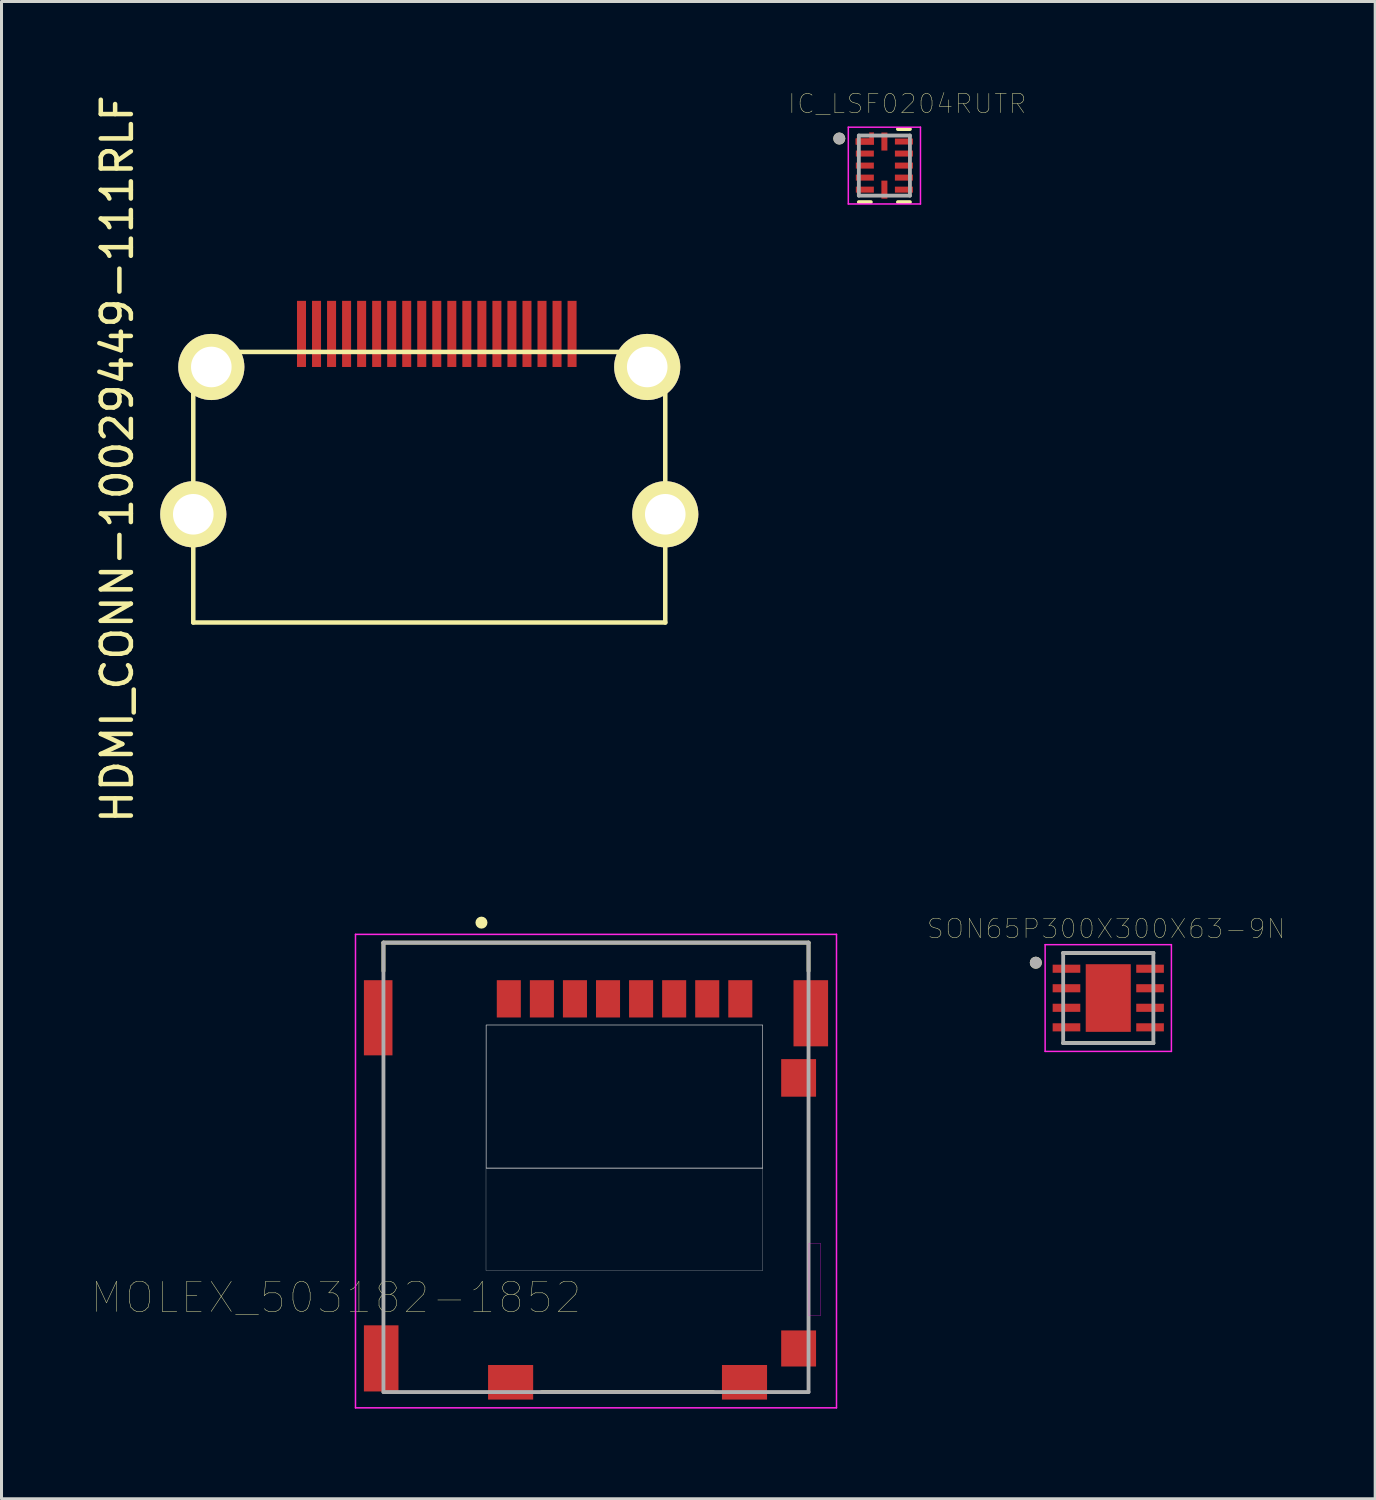
<source format=kicad_pcb>
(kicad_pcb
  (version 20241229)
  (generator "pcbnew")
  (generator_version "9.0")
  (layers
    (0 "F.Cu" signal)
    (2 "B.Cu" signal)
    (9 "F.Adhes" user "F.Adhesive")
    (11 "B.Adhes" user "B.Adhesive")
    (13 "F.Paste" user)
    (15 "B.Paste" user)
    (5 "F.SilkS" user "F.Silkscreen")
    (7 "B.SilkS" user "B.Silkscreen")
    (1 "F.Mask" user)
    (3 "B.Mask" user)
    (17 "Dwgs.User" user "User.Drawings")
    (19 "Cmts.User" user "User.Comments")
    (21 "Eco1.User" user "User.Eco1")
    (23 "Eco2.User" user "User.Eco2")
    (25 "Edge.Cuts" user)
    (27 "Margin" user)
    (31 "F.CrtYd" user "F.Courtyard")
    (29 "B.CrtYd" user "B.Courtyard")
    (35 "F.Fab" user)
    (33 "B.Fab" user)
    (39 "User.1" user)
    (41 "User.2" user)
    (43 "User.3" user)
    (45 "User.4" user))
  (footprint "MOLEX_503182-1852"
    (layer "F.Cu")
    (at 16.775 36.53)
    (property "Reference" "MOLEX_503182-1852" (at -8.649 3.581 180) (layer "F.SilkS") (effects (font (size 1.002 1.002) (thickness 0.015))))
    (attr through_hole)
    (fp_line (start -7.07 -8.225) (end 7.07 -8.225) (stroke (width 0.127) (type solid)) (layer "F.SilkS"))
    (fp_line (start -7.07 -7.28) (end -7.07 -8.225) (stroke (width 0.127) (type solid)) (layer "F.SilkS"))
    (fp_line (start -1.8 6.725) (end 3.9 6.725) (stroke (width 0.127) (type solid)) (layer "F.SilkS"))
    (fp_line (start 7.07 -8.225) (end 7.07 -7.28) (stroke (width 0.127) (type solid)) (layer "F.SilkS"))
    (fp_circle (center -3.81 -8.89) (end -3.71 -8.89) (stroke (width 0.2) (type solid)) (fill no) (layer "F.SilkS"))
    (fp_poly (pts (xy -3.659 -0.725) (xy 5.55 -0.725) (xy 5.55 2.682) (xy -3.659 2.682)) (stroke (width 0.01) (type solid)) (fill no) (layer "Dwgs.User"))
    (fp_poly (pts (xy -3.658 -5.485) (xy 5.55 -5.485) (xy 5.55 -0.727) (xy -3.658 -0.727)) (stroke (width 0.01) (type solid)) (fill no) (layer "Dwgs.User"))
    (fp_poly (pts (xy -3.656 -5.485) (xy 5.55 -5.485) (xy 5.55 -0.726) (xy -3.656 -0.726)) (stroke (width 0.01) (type solid)) (fill no) (layer "Dwgs.User"))
    (fp_poly (pts (xy -3.655 -5.485) (xy 5.55 -5.485) (xy 5.55 -0.726) (xy -3.655 -0.726)) (stroke (width 0.01) (type solid)) (fill no) (layer "Dwgs.User"))
    (fp_line (start -8 -8.5) (end -8 7.25) (stroke (width 0.05) (type solid)) (layer "F.CrtYd"))
    (fp_line (start -8 7.25) (end 8 7.25) (stroke (width 0.05) (type solid)) (layer "F.CrtYd"))
    (fp_line (start 8 -8.5) (end -8 -8.5) (stroke (width 0.05) (type solid)) (layer "F.CrtYd"))
    (fp_line (start 8 7.25) (end 8 -8.5) (stroke (width 0.05) (type solid)) (layer "F.CrtYd"))
    (fp_poly (pts (xy 7.085 1.775) (xy 7.47 1.775) (xy 7.47 4.184) (xy 7.085 4.184)) (stroke (width 0.01) (type solid)) (fill no) (layer "F.CrtYd"))
    (fp_line (start -7.07 -8.225) (end 7.07 -8.225) (stroke (width 0.127) (type solid)) (layer "F.Fab"))
    (fp_line (start -7.07 6.725) (end -7.07 -8.225) (stroke (width 0.127) (type solid)) (layer "F.Fab"))
    (fp_line (start 7.07 -8.225) (end 7.07 6.725) (stroke (width 0.127) (type solid)) (layer "F.Fab"))
    (fp_line (start 7.07 6.725) (end -7.07 6.725) (stroke (width 0.127) (type solid)) (layer "F.Fab"))
    (pad "1" smd rect (at -2.9 -6.355) (size 0.8 1.24) (layers "F.Cu" "F.Mask" "F.Paste"))
    (pad "2" smd rect (at -1.8 -6.355) (size 0.8 1.24) (layers "F.Cu" "F.Mask" "F.Paste"))
    (pad "3" smd rect (at -0.7 -6.355) (size 0.8 1.24) (layers "F.Cu" "F.Mask" "F.Paste"))
    (pad "4" smd rect (at 0.4 -6.355) (size 0.8 1.24) (layers "F.Cu" "F.Mask" "F.Paste"))
    (pad "5" smd rect (at 1.5 -6.355) (size 0.8 1.24) (layers "F.Cu" "F.Mask" "F.Paste"))
    (pad "6" smd rect (at 2.6 -6.355) (size 0.8 1.24) (layers "F.Cu" "F.Mask" "F.Paste"))
    (pad "7" smd rect (at 3.7 -6.355) (size 0.8 1.24) (layers "F.Cu" "F.Mask" "F.Paste"))
    (pad "8" smd rect (at 4.8 -6.355) (size 0.8 1.24) (layers "F.Cu" "F.Mask" "F.Paste"))
    (pad "DT" smd rect (at 6.74 5.275) (size 1.16 1.2) (layers "F.Cu" "F.Mask" "F.Paste"))
    (pad "P1" smd rect (at -7.245 -5.725) (size 0.95 2.5) (layers "F.Cu" "F.Mask" "F.Paste"))
    (pad "P2" smd rect (at 7.145 -5.875) (size 1.15 2.2) (layers "F.Cu" "F.Mask" "F.Paste"))
    (pad "P3" smd rect (at -7.145 5.605) (size 1.15 2.2) (layers "F.Cu" "F.Mask" "F.Paste"))
    (pad "P4" smd rect (at -2.84 6.4) (size 1.5 1.15) (layers "F.Cu" "F.Mask" "F.Paste"))
    (pad "P5" smd rect (at 4.94 6.4) (size 1.5 1.15) (layers "F.Cu" "F.Mask" "F.Paste"))
    (pad "SW" smd rect (at 6.74 -3.725) (size 1.16 1.25) (layers "F.Cu" "F.Mask" "F.Paste")))
  (footprint "SON65P300X300X63-9N"
    (layer "F.Cu")
    (at 33.815 30.148)
    (property "Reference" "SON65P300X300X63-9N" (at -0.068 -2.306 0) (layer "F.SilkS") (effects (font (size 0.64 0.64) (thickness 0.015))))
    (attr through_hole)
    (fp_line (start -1.5 -1.5) (end 1.5 -1.5) (stroke (width 0.127) (type solid)) (layer "F.SilkS"))
    (fp_line (start -1.5 1.5) (end 1.5 1.5) (stroke (width 0.127) (type solid)) (layer "F.SilkS"))
    (fp_circle (center -2.41 -1.175) (end -2.31 -1.175) (stroke (width 0.2) (type solid)) (fill no) (layer "F.SilkS"))
    (fp_poly (pts (xy -0.47 -0.71) (xy 0.47 -0.71) (xy 0.47 0.71) (xy -0.47 0.71)) (stroke (width 0.01) (type solid)) (fill yes) (layer "F.Paste"))
    (fp_line (start -2.1 -1.775) (end -2.1 1.775) (stroke (width 0.05) (type solid)) (layer "F.CrtYd"))
    (fp_line (start -2.1 -1.775) (end 2.1 -1.775) (stroke (width 0.05) (type solid)) (layer "F.CrtYd"))
    (fp_line (start -2.1 1.775) (end 2.1 1.775) (stroke (width 0.05) (type solid)) (layer "F.CrtYd"))
    (fp_line (start 2.1 -1.775) (end 2.1 1.775) (stroke (width 0.05) (type solid)) (layer "F.CrtYd"))
    (fp_line (start -1.5 -1.5) (end -1.5 1.5) (stroke (width 0.127) (type solid)) (layer "F.Fab"))
    (fp_line (start -1.5 -1.5) (end 1.5 -1.5) (stroke (width 0.127) (type solid)) (layer "F.Fab"))
    (fp_line (start -1.5 1.5) (end 1.5 1.5) (stroke (width 0.127) (type solid)) (layer "F.Fab"))
    (fp_line (start 1.5 -1.5) (end 1.5 1.5) (stroke (width 0.127) (type solid)) (layer "F.Fab"))
    (fp_circle (center -2.41 -1.175) (end -2.31 -1.175) (stroke (width 0.2) (type solid)) (fill no) (layer "F.Fab"))
    (pad "1" smd rect (at -1.39 -0.975) (size 0.92 0.27) (layers "F.Cu" "F.Mask" "F.Paste"))
    (pad "2" smd rect (at -1.39 -0.325) (size 0.92 0.27) (layers "F.Cu" "F.Mask" "F.Paste"))
    (pad "3" smd rect (at -1.39 0.325) (size 0.92 0.27) (layers "F.Cu" "F.Mask" "F.Paste"))
    (pad "4" smd rect (at -1.39 0.975) (size 0.92 0.27) (layers "F.Cu" "F.Mask" "F.Paste"))
    (pad "5" smd rect (at 1.39 0.975) (size 0.92 0.27) (layers "F.Cu" "F.Mask" "F.Paste"))
    (pad "6" smd rect (at 1.39 0.325) (size 0.92 0.27) (layers "F.Cu" "F.Mask" "F.Paste"))
    (pad "7" smd rect (at 1.39 -0.325) (size 0.92 0.27) (layers "F.Cu" "F.Mask" "F.Paste"))
    (pad "8" smd rect (at 1.39 -0.975) (size 0.92 0.27) (layers "F.Cu" "F.Mask" "F.Paste"))
    (pad "E" smd rect (at 0 0) (size 1.5 2.25) (layers "F.Cu" "F.Mask")))
  (footprint "IC_LSF0204RUTR"
    (layer "F.Cu")
    (at 26.368 2.458)
    (property "Reference" "IC_LSF0204RUTR" (at 0.762 -2.057 0) (layer "F.SilkS") (effects (font (size 0.64 0.64) (thickness 0.015))))
    (attr through_hole)
    (fp_poly (pts (xy -0.95 -0.9) (xy -0.5 -0.9) (xy -0.5 -1.1) (xy -0.35 -1.1) (xy -0.35 -0.7) (xy -0.95 -0.7)) (stroke (width 0.01) (type solid)) (fill yes) (layer "F.Cu"))
    (fp_poly (pts (xy -1 -0.55) (xy -0.3 -0.55) (xy -0.3 -0.25) (xy -1 -0.25)) (stroke (width 0.01) (type solid)) (fill yes) (layer "F.Mask"))
    (fp_poly (pts (xy -1 -0.15) (xy -0.3 -0.15) (xy -0.3 0.15) (xy -1 0.15)) (stroke (width 0.01) (type solid)) (fill yes) (layer "F.Mask"))
    (fp_poly (pts (xy -1 0.25) (xy -0.3 0.25) (xy -0.3 0.55) (xy -1 0.55)) (stroke (width 0.01) (type solid)) (fill yes) (layer "F.Mask"))
    (fp_poly (pts (xy -1 0.65) (xy -0.3 0.65) (xy -0.3 0.95) (xy -1 0.95)) (stroke (width 0.01) (type solid)) (fill yes) (layer "F.Mask"))
    (fp_poly (pts (xy -0.15 -1.15) (xy 0.15 -1.15) (xy 0.15 -0.45) (xy -0.15 -0.45)) (stroke (width 0.01) (type solid)) (fill yes) (layer "F.Mask"))
    (fp_poly (pts (xy -0.15 0.45) (xy 0.15 0.45) (xy 0.15 1.15) (xy -0.15 1.15)) (stroke (width 0.01) (type solid)) (fill yes) (layer "F.Mask"))
    (fp_poly (pts (xy 0.3 -0.95) (xy 1 -0.95) (xy 1 -0.65) (xy 0.3 -0.65)) (stroke (width 0.01) (type solid)) (fill yes) (layer "F.Mask"))
    (fp_poly (pts (xy 0.3 -0.55) (xy 1 -0.55) (xy 1 -0.25) (xy 0.3 -0.25)) (stroke (width 0.01) (type solid)) (fill yes) (layer "F.Mask"))
    (fp_poly (pts (xy 0.3 -0.15) (xy 1 -0.15) (xy 1 0.15) (xy 0.3 0.15)) (stroke (width 0.01) (type solid)) (fill yes) (layer "F.Mask"))
    (fp_poly (pts (xy 0.3 0.25) (xy 1 0.25) (xy 1 0.55) (xy 0.3 0.55)) (stroke (width 0.01) (type solid)) (fill yes) (layer "F.Mask"))
    (fp_poly (pts (xy 0.3 0.65) (xy 1 0.65) (xy 1 0.95) (xy 0.3 0.95)) (stroke (width 0.01) (type solid)) (fill yes) (layer "F.Mask"))
    (fp_poly (pts (xy -1 -0.95) (xy -0.55 -0.95) (xy -0.55 -1.15) (xy -0.3 -1.15) (xy -0.3 -0.65) (xy -1 -0.65)) (stroke (width 0.01) (type solid)) (fill yes) (layer "F.Mask"))
    (fp_line (start -0.45 1.214) (end -0.85 1.214) (stroke (width 0.127) (type solid)) (layer "F.SilkS"))
    (fp_line (start 0.45 -1.214) (end 0.85 -1.214) (stroke (width 0.127) (type solid)) (layer "F.SilkS"))
    (fp_line (start 0.45 1.214) (end 0.85 1.214) (stroke (width 0.127) (type solid)) (layer "F.SilkS"))
    (fp_circle (center -1.5 -0.9) (end -1.4 -0.9) (stroke (width 0.2) (type solid)) (fill no) (layer "F.SilkS"))
    (fp_poly (pts (xy -0.85 -0.5) (xy -0.35 -0.5) (xy -0.35 -0.3) (xy -0.85 -0.3)) (stroke (width 0.01) (type solid)) (fill yes) (layer "F.Paste"))
    (fp_poly (pts (xy -0.85 -0.1) (xy -0.35 -0.1) (xy -0.35 0.1) (xy -0.85 0.1)) (stroke (width 0.01) (type solid)) (fill yes) (layer "F.Paste"))
    (fp_poly (pts (xy -0.85 0.3) (xy -0.35 0.3) (xy -0.35 0.5) (xy -0.85 0.5)) (stroke (width 0.01) (type solid)) (fill yes) (layer "F.Paste"))
    (fp_poly (pts (xy -0.85 0.7) (xy -0.35 0.7) (xy -0.35 0.9) (xy -0.85 0.9)) (stroke (width 0.01) (type solid)) (fill yes) (layer "F.Paste"))
    (fp_poly (pts (xy -0.1 -1) (xy 0.1 -1) (xy 0.1 -0.5) (xy -0.1 -0.5)) (stroke (width 0.01) (type solid)) (fill yes) (layer "F.Paste"))
    (fp_poly (pts (xy -0.1 0.5) (xy 0.1 0.5) (xy 0.1 1) (xy -0.1 1)) (stroke (width 0.01) (type solid)) (fill yes) (layer "F.Paste"))
    (fp_poly (pts (xy 0.35 -0.9) (xy 0.85 -0.9) (xy 0.85 -0.7) (xy 0.35 -0.7)) (stroke (width 0.01) (type solid)) (fill yes) (layer "F.Paste"))
    (fp_poly (pts (xy 0.35 -0.5) (xy 0.85 -0.5) (xy 0.85 -0.3) (xy 0.35 -0.3)) (stroke (width 0.01) (type solid)) (fill yes) (layer "F.Paste"))
    (fp_poly (pts (xy 0.35 -0.1) (xy 0.85 -0.1) (xy 0.85 0.1) (xy 0.35 0.1)) (stroke (width 0.01) (type solid)) (fill yes) (layer "F.Paste"))
    (fp_poly (pts (xy 0.35 0.3) (xy 0.85 0.3) (xy 0.85 0.5) (xy 0.35 0.5)) (stroke (width 0.01) (type solid)) (fill yes) (layer "F.Paste"))
    (fp_poly (pts (xy 0.35 0.7) (xy 0.85 0.7) (xy 0.85 0.9) (xy 0.35 0.9)) (stroke (width 0.01) (type solid)) (fill yes) (layer "F.Paste"))
    (fp_poly (pts (xy -0.85 -0.9) (xy -0.5 -0.9) (xy -0.5 -1) (xy -0.35 -1) (xy -0.35 -0.7) (xy -0.85 -0.7)) (stroke (width 0.01) (type solid)) (fill yes) (layer "F.Paste"))
    (fp_line (start -1.2 -1.277) (end 1.2 -1.277) (stroke (width 0.05) (type solid)) (layer "F.CrtYd"))
    (fp_line (start -1.2 1.277) (end -1.2 -1.277) (stroke (width 0.05) (type solid)) (layer "F.CrtYd"))
    (fp_line (start 1.2 -1.277) (end 1.2 1.277) (stroke (width 0.05) (type solid)) (layer "F.CrtYd"))
    (fp_line (start 1.2 1.277) (end -1.2 1.277) (stroke (width 0.05) (type solid)) (layer "F.CrtYd"))
    (fp_line (start -0.85 -1) (end 0.85 -1) (stroke (width 0.127) (type solid)) (layer "F.Fab"))
    (fp_line (start -0.85 1) (end -0.85 -1) (stroke (width 0.127) (type solid)) (layer "F.Fab"))
    (fp_line (start 0.85 -1) (end 0.85 1) (stroke (width 0.127) (type solid)) (layer "F.Fab"))
    (fp_line (start 0.85 1) (end -0.85 1) (stroke (width 0.127) (type solid)) (layer "F.Fab"))
    (fp_circle (center -1.5 -0.9) (end -1.4 -0.9) (stroke (width 0.2) (type solid)) (fill no) (layer "F.Fab"))
    (pad "1" smd rect (at -0.65 -0.8) (size 0.6 0.2) (layers "F.Cu"))
    (pad "2" smd rect (at -0.65 -0.4) (size 0.6 0.2) (layers "F.Cu"))
    (pad "3" smd rect (at -0.65 0) (size 0.6 0.2) (layers "F.Cu"))
    (pad "4" smd rect (at -0.65 0.4) (size 0.6 0.2) (layers "F.Cu"))
    (pad "5" smd rect (at -0.65 0.8) (size 0.6 0.2) (layers "F.Cu"))
    (pad "6" smd rect (at 0 0.8) (size 0.2 0.6) (layers "F.Cu"))
    (pad "7" smd rect (at 0.65 0.8) (size 0.6 0.2) (layers "F.Cu"))
    (pad "8" smd rect (at 0.65 0.4) (size 0.6 0.2) (layers "F.Cu"))
    (pad "9" smd rect (at 0.65 0) (size 0.6 0.2) (layers "F.Cu"))
    (pad "10" smd rect (at 0.65 -0.4) (size 0.6 0.2) (layers "F.Cu"))
    (pad "11" smd rect (at 0.65 -0.8) (size 0.6 0.2) (layers "F.Cu"))
    (pad "12" smd rect (at 0 -0.8) (size 0.2 0.6) (layers "F.Cu")))
  (footprint "HDMI_CONN-10029449-111RLF"
    (layer "F.Cu")
    (at 11.229 9.157)
    (property "Reference" "HDMI_CONN-10029449-111RLF" (at -10.381 3.063 90) (layer "F.SilkS") (effects (font (size 1 1) (thickness 0.15))))
    (attr through_hole)
    (fp_line (start -7.85 -0.5) (end 7.85 -0.5) (stroke (width 0.15) (type solid)) (layer "F.SilkS"))
    (fp_line (start -7.85 8.5) (end -7.85 0.5) (stroke (width 0.15) (type solid)) (layer "F.SilkS"))
    (fp_line (start 7.85 0.5) (end 7.85 8.5) (stroke (width 0.15) (type solid)) (layer "F.SilkS"))
    (fp_line (start 7.85 8.5) (end -7.85 8.5) (stroke (width 0.15) (type solid)) (layer "F.SilkS"))
    (pad "1" smd rect (at 4.75 -1.1) (size 0.3 2.2) (layers "F.Cu" "F.Mask" "F.Paste"))
    (pad "2" smd rect (at 4.25 -1.1) (size 0.3 2.2) (layers "F.Cu" "F.Mask" "F.Paste"))
    (pad "3" smd rect (at 3.75 -1.1) (size 0.3 2.2) (layers "F.Cu" "F.Mask" "F.Paste"))
    (pad "4" smd rect (at 3.25 -1.1) (size 0.3 2.2) (layers "F.Cu" "F.Mask" "F.Paste"))
    (pad "5" smd rect (at 2.75 -1.1) (size 0.3 2.2) (layers "F.Cu" "F.Mask" "F.Paste"))
    (pad "6" smd rect (at 2.25 -1.1) (size 0.3 2.2) (layers "F.Cu" "F.Mask" "F.Paste"))
    (pad "7" smd rect (at 1.75 -1.1) (size 0.3 2.2) (layers "F.Cu" "F.Mask" "F.Paste"))
    (pad "8" smd rect (at 1.25 -1.1) (size 0.3 2.2) (layers "F.Cu" "F.Mask" "F.Paste"))
    (pad "9" smd rect (at 0.75 -1.1) (size 0.3 2.2) (layers "F.Cu" "F.Mask" "F.Paste"))
    (pad "10" smd rect (at 0.25 -1.1) (size 0.3 2.2) (layers "F.Cu" "F.Mask" "F.Paste"))
    (pad "11" smd rect (at -0.25 -1.1) (size 0.3 2.2) (layers "F.Cu" "F.Mask" "F.Paste"))
    (pad "12" smd rect (at -0.75 -1.1) (size 0.3 2.2) (layers "F.Cu" "F.Mask" "F.Paste"))
    (pad "13" smd rect (at -1.25 -1.1) (size 0.3 2.2) (layers "F.Cu" "F.Mask" "F.Paste"))
    (pad "14" smd rect (at -1.75 -1.1) (size 0.3 2.2) (layers "F.Cu" "F.Mask" "F.Paste"))
    (pad "15" smd rect (at -2.25 -1.1) (size 0.3 2.2) (layers "F.Cu" "F.Mask" "F.Paste"))
    (pad "16" smd rect (at -2.75 -1.1) (size 0.3 2.2) (layers "F.Cu" "F.Mask" "F.Paste"))
    (pad "17" smd rect (at -3.25 -1.1) (size 0.3 2.2) (layers "F.Cu" "F.Mask" "F.Paste"))
    (pad "18" smd rect (at -3.75 -1.1) (size 0.3 2.2) (layers "F.Cu" "F.Mask" "F.Paste"))
    (pad "19" smd rect (at -4.25 -1.1) (size 0.3 2.2) (layers "F.Cu" "F.Mask" "F.Paste"))
    (pad "SH" thru_hole circle (at -7.85 4.9) (size 2.2 2.2) (drill 1.35) (layers "*.Cu" "*.Mask" "F.SilkS"))
    (pad "SH" thru_hole circle (at -7.25 0) (size 2.2 2.2) (drill 1.35) (layers "*.Cu" "*.Mask" "F.SilkS"))
    (pad "SH" thru_hole circle (at 7.25 0) (size 2.2 2.2) (drill 1.35) (layers "*.Cu" "*.Mask" "F.SilkS"))
    (pad "SH" thru_hole circle (at 7.85 4.9) (size 2.2 2.2) (drill 1.35) (layers "*.Cu" "*.Mask" "F.SilkS")))
  (gr_rect
    (start -3 -3)
    (end 42.694 46.805)
    (stroke (width 0.1) (type default))
    (fill no)
    (layer "Edge.Cuts")))
</source>
